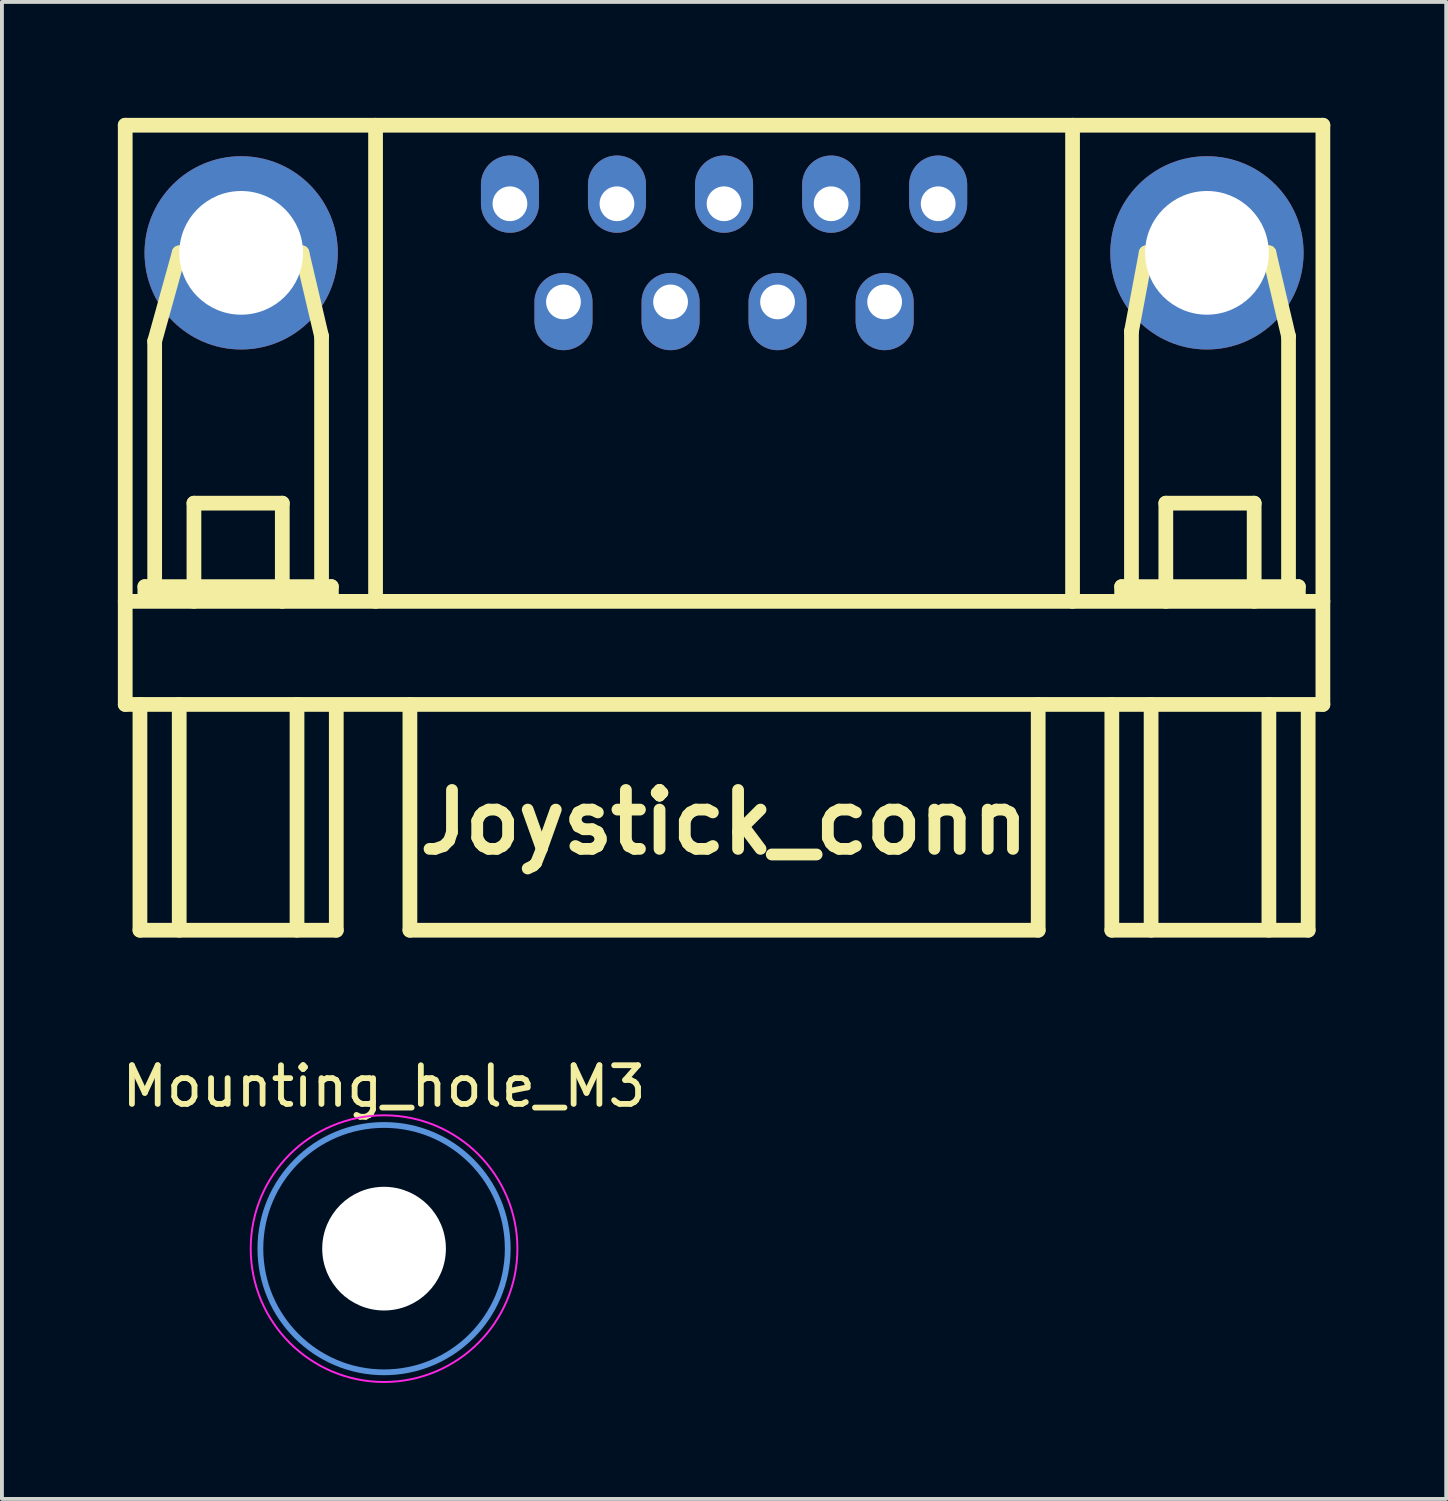
<source format=kicad_pcb>
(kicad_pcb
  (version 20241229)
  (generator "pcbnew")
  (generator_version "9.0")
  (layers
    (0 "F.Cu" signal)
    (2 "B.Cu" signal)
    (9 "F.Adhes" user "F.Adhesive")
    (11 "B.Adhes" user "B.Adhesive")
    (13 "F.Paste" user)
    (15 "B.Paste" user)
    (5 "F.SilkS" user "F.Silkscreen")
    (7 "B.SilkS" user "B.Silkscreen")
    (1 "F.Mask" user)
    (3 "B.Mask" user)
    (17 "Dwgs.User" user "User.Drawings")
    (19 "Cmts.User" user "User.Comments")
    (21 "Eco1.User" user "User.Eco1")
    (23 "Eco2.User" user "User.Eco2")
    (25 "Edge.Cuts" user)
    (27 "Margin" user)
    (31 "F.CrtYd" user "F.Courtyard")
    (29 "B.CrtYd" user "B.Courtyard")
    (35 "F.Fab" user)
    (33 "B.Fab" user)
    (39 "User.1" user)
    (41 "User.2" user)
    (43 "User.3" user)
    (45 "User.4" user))
  (footprint "Mounting_hole_M3"
    (layer "F.Cu")
    (at 6.887 29.257)
    (property "Reference" "Mounting_hole_M3" (at 0 -4.2 0) (layer "F.SilkS") (effects (font (size 1 1) (thickness 0.15))))
    (attr through_hole)
    (fp_circle (center 0 0) (end 3.2 0) (stroke (width 0.15) (type solid)) (fill no) (layer "Cmts.User"))
    (fp_circle (center 0 0) (end 3.45 0) (stroke (width 0.05) (type solid)) (fill no) (layer "F.CrtYd"))
    (pad "" np_thru_hole circle (at 0 0) (size 3.2 3.2) (drill 3.2) (layers "*.Cu" "*.Mask")))
  (footprint "Joystick_conn"
    (layer "F.Cu")
    (at 15.684 10.604)
    (property "Reference" "Joystick_conn" (at 0 7.62 0) (layer "F.SilkS") (effects (font (size 1.524 1.524) (thickness 0.305))))
    (attr through_hole)
    (fp_line (start -15.494 -10.414) (end -15.494 4.572) (stroke (width 0.381) (type solid)) (layer "F.SilkS"))
    (fp_line (start -15.494 1.905) (end 15.494 1.905) (stroke (width 0.381) (type solid)) (layer "F.SilkS"))
    (fp_line (start -15.494 4.572) (end 15.494 4.572) (stroke (width 0.381) (type solid)) (layer "F.SilkS"))
    (fp_line (start -15.113 4.572) (end -15.113 10.414) (stroke (width 0.381) (type solid)) (layer "F.SilkS"))
    (fp_line (start -15.113 10.414) (end -10.033 10.414) (stroke (width 0.381) (type solid)) (layer "F.SilkS"))
    (fp_line (start -14.986 1.524) (end -14.986 1.778) (stroke (width 0.381) (type solid)) (layer "F.SilkS"))
    (fp_line (start -14.986 1.778) (end -10.16 1.778) (stroke (width 0.381) (type solid)) (layer "F.SilkS"))
    (fp_line (start -14.732 -4.826) (end -14.097 -7.112) (stroke (width 0.381) (type solid)) (layer "F.SilkS"))
    (fp_line (start -14.732 1.524) (end -14.732 -4.826) (stroke (width 0.381) (type solid)) (layer "F.SilkS"))
    (fp_line (start -14.097 -7.112) (end -10.922 -7.112) (stroke (width 0.381) (type solid)) (layer "F.SilkS"))
    (fp_line (start -14.097 4.572) (end -14.097 10.414) (stroke (width 0.381) (type solid)) (layer "F.SilkS"))
    (fp_line (start -13.716 -0.635) (end -11.43 -0.635) (stroke (width 0.381) (type solid)) (layer "F.SilkS"))
    (fp_line (start -13.716 1.905) (end -13.716 -0.635) (stroke (width 0.381) (type solid)) (layer "F.SilkS"))
    (fp_line (start -11.43 -0.635) (end -11.43 1.905) (stroke (width 0.381) (type solid)) (layer "F.SilkS"))
    (fp_line (start -11.049 4.572) (end -11.049 10.414) (stroke (width 0.381) (type solid)) (layer "F.SilkS"))
    (fp_line (start -10.922 -7.112) (end -10.414 -4.953) (stroke (width 0.381) (type solid)) (layer "F.SilkS"))
    (fp_line (start -10.414 -4.953) (end -10.414 1.524) (stroke (width 0.381) (type solid)) (layer "F.SilkS"))
    (fp_line (start -10.16 1.524) (end -14.986 1.524) (stroke (width 0.381) (type solid)) (layer "F.SilkS"))
    (fp_line (start -10.16 1.778) (end -10.16 1.524) (stroke (width 0.381) (type solid)) (layer "F.SilkS"))
    (fp_line (start -10.033 10.414) (end -10.033 4.699) (stroke (width 0.381) (type solid)) (layer "F.SilkS"))
    (fp_line (start -9.017 1.905) (end -9.017 -10.414) (stroke (width 0.381) (type solid)) (layer "F.SilkS"))
    (fp_line (start -8.128 4.572) (end -8.128 10.414) (stroke (width 0.381) (type solid)) (layer "F.SilkS"))
    (fp_line (start -8.128 10.414) (end 8.128 10.414) (stroke (width 0.381) (type solid)) (layer "F.SilkS"))
    (fp_line (start 8.128 10.414) (end 8.128 4.572) (stroke (width 0.381) (type solid)) (layer "F.SilkS"))
    (fp_line (start 9.017 1.905) (end 9.017 -10.414) (stroke (width 0.381) (type solid)) (layer "F.SilkS"))
    (fp_line (start 10.033 4.572) (end 10.033 10.414) (stroke (width 0.381) (type solid)) (layer "F.SilkS"))
    (fp_line (start 10.033 10.414) (end 15.113 10.414) (stroke (width 0.381) (type solid)) (layer "F.SilkS"))
    (fp_line (start 10.287 1.524) (end 10.287 1.778) (stroke (width 0.381) (type solid)) (layer "F.SilkS"))
    (fp_line (start 10.287 1.778) (end 14.859 1.778) (stroke (width 0.381) (type solid)) (layer "F.SilkS"))
    (fp_line (start 10.541 -5.08) (end 10.922 -7.112) (stroke (width 0.381) (type solid)) (layer "F.SilkS"))
    (fp_line (start 10.541 1.524) (end 10.541 -5.08) (stroke (width 0.381) (type solid)) (layer "F.SilkS"))
    (fp_line (start 10.922 -7.112) (end 14.097 -7.112) (stroke (width 0.381) (type solid)) (layer "F.SilkS"))
    (fp_line (start 11.049 4.572) (end 11.049 10.414) (stroke (width 0.381) (type solid)) (layer "F.SilkS"))
    (fp_line (start 11.43 -0.635) (end 13.716 -0.635) (stroke (width 0.381) (type solid)) (layer "F.SilkS"))
    (fp_line (start 11.43 1.905) (end 11.43 -0.635) (stroke (width 0.381) (type solid)) (layer "F.SilkS"))
    (fp_line (start 13.716 -0.635) (end 13.716 1.905) (stroke (width 0.381) (type solid)) (layer "F.SilkS"))
    (fp_line (start 14.097 -7.112) (end 14.605 -4.953) (stroke (width 0.381) (type solid)) (layer "F.SilkS"))
    (fp_line (start 14.097 4.572) (end 14.097 10.414) (stroke (width 0.381) (type solid)) (layer "F.SilkS"))
    (fp_line (start 14.605 -4.953) (end 14.605 1.524) (stroke (width 0.381) (type solid)) (layer "F.SilkS"))
    (fp_line (start 14.859 1.524) (end 10.287 1.524) (stroke (width 0.381) (type solid)) (layer "F.SilkS"))
    (fp_line (start 14.859 1.778) (end 14.859 1.524) (stroke (width 0.381) (type solid)) (layer "F.SilkS"))
    (fp_line (start 15.113 10.414) (end 15.113 4.699) (stroke (width 0.381) (type solid)) (layer "F.SilkS"))
    (fp_line (start 15.494 -10.414) (end -15.494 -10.414) (stroke (width 0.381) (type solid)) (layer "F.SilkS"))
    (fp_line (start 15.494 4.572) (end 15.494 -10.414) (stroke (width 0.381) (type solid)) (layer "F.SilkS"))
    (pad "" thru_hole circle (at -12.494 -7.112) (size 5.001 5.001) (drill 3.2) (layers "*.Cu" "*.Mask"))
    (pad "" thru_hole circle (at 12.494 -7.112) (size 5.001 5.001) (drill 3.2) (layers "*.Cu" "*.Mask"))
    (pad "1" thru_hole oval (at -5.54 -8.382) (size 1.501 1.999) (drill 0.899 (offset 0 -0.249)) (layers "*.Cu" "*.Mask"))
    (pad "2" thru_hole oval (at -2.771 -8.382) (size 1.501 1.999) (drill 0.899 (offset 0 -0.249)) (layers "*.Cu" "*.Mask"))
    (pad "3" thru_hole oval (at 0 -8.382) (size 1.501 1.999) (drill 0.899 (offset 0 -0.249)) (layers "*.Cu" "*.Mask"))
    (pad "4" thru_hole oval (at 2.771 -8.382) (size 1.501 1.999) (drill 0.899 (offset 0 -0.249)) (layers "*.Cu" "*.Mask"))
    (pad "5" thru_hole oval (at 5.54 -8.382) (size 1.501 1.999) (drill 0.899 (offset 0 -0.249)) (layers "*.Cu" "*.Mask"))
    (pad "6" thru_hole oval (at -4.155 -5.842) (size 1.501 1.999) (drill 0.899 (offset 0 0.249)) (layers "*.Cu" "*.Mask"))
    (pad "7" thru_hole oval (at -1.384 -5.842) (size 1.501 1.999) (drill 0.899 (offset 0 0.249)) (layers "*.Cu" "*.Mask"))
    (pad "8" thru_hole oval (at 1.384 -5.842) (size 1.501 1.999) (drill 0.899 (offset 0 0.249)) (layers "*.Cu" "*.Mask"))
    (pad "9" thru_hole oval (at 4.155 -5.842) (size 1.501 1.999) (drill 0.899 (offset 0 0.249)) (layers "*.Cu" "*.Mask")))
  (gr_rect
    (start -3 -3)
    (end 34.369 35.732)
    (stroke (width 0.1) (type default))
    (fill no)
    (layer "Edge.Cuts")))
</source>
